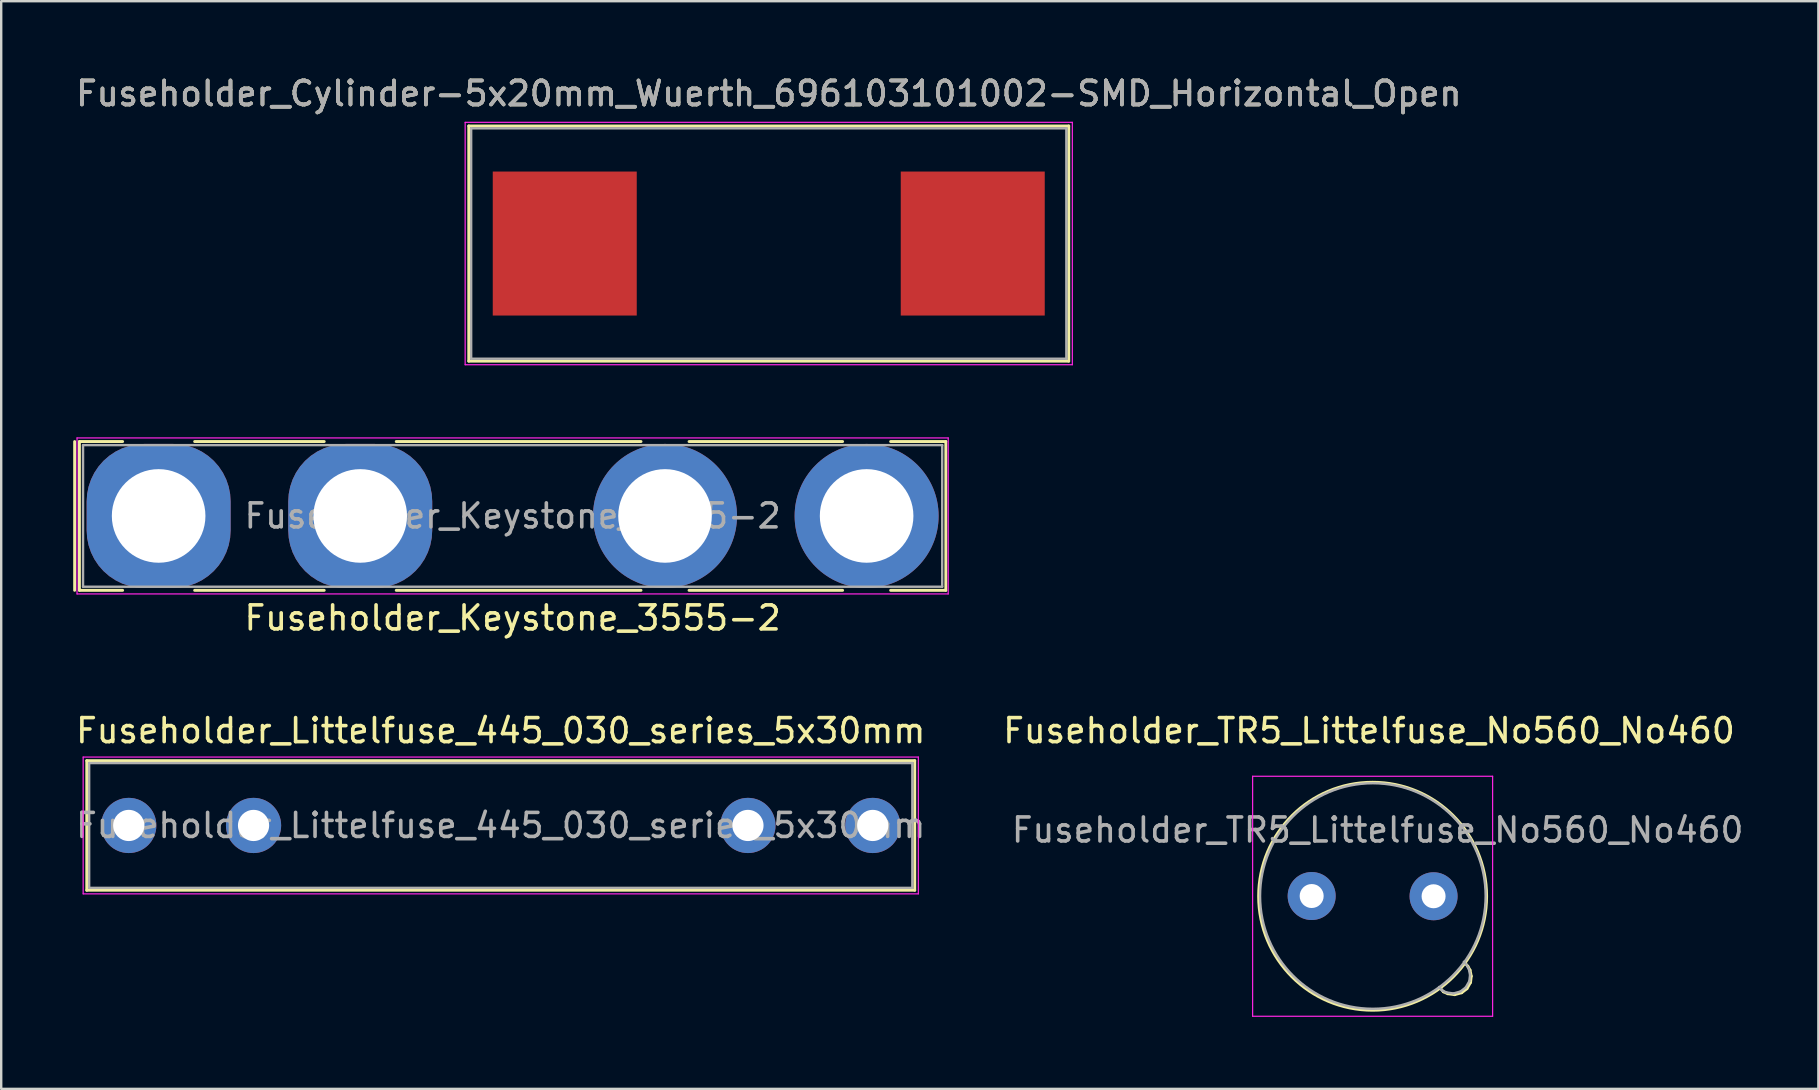
<source format=kicad_pcb>
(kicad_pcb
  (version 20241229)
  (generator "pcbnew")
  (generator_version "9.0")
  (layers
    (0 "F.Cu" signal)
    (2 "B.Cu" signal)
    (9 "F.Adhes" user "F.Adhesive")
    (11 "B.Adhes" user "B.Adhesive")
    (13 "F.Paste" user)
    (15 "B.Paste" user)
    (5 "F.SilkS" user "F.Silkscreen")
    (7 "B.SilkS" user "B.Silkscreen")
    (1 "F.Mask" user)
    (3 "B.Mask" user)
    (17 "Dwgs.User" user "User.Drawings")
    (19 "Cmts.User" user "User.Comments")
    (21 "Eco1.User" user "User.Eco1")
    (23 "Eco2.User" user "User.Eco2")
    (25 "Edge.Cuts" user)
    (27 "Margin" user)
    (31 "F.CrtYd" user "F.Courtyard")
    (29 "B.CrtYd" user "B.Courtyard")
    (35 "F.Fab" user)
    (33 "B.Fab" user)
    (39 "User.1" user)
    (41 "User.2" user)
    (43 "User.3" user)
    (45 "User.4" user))
  (footprint "Fuseholder_Keystone_3555-2"
    (layer "F.Cu")
    (at 3.56 18.448)
    (property "Reference" "Fuseholder_Keystone_3555-2" (at 14.75 4.25 0) (layer "F.SilkS") (effects (font (size 1 1) (thickness 0.15))))
    (attr through_hole)
    (fp_line (start -3.5 -3.1) (end -3.5 3.1) (stroke (width 0.12) (type solid)) (layer "F.SilkS"))
    (fp_line (start -3.3 -3.1) (end -1.5 -3.1) (stroke (width 0.12) (type solid)) (layer "F.SilkS"))
    (fp_line (start -3.3 3.1) (end -3.3 -3.1) (stroke (width 0.12) (type solid)) (layer "F.SilkS"))
    (fp_line (start -3.3 3.1) (end -1.5 3.1) (stroke (width 0.12) (type solid)) (layer "F.SilkS"))
    (fp_line (start 1.5 -3.1) (end 6.9 -3.1) (stroke (width 0.12) (type solid)) (layer "F.SilkS"))
    (fp_line (start 1.5 3.1) (end 6.9 3.1) (stroke (width 0.12) (type solid)) (layer "F.SilkS"))
    (fp_line (start 9.9 -3.1) (end 20.1 -3.1) (stroke (width 0.12) (type solid)) (layer "F.SilkS"))
    (fp_line (start 9.9 3.1) (end 20.1 3.1) (stroke (width 0.12) (type solid)) (layer "F.SilkS"))
    (fp_line (start 22.1 -3.1) (end 28.5 -3.1) (stroke (width 0.12) (type solid)) (layer "F.SilkS"))
    (fp_line (start 22.1 3.1) (end 28.5 3.1) (stroke (width 0.12) (type solid)) (layer "F.SilkS"))
    (fp_line (start 30.5 -3.1) (end 32.8 -3.1) (stroke (width 0.12) (type solid)) (layer "F.SilkS"))
    (fp_line (start 30.5 3.1) (end 32.8 3.1) (stroke (width 0.12) (type solid)) (layer "F.SilkS"))
    (fp_line (start 32.8 -3.1) (end 32.8 3.1) (stroke (width 0.12) (type solid)) (layer "F.SilkS"))
    (fp_line (start -3.4 -3.25) (end 32.9 -3.25) (stroke (width 0.05) (type solid)) (layer "F.CrtYd"))
    (fp_line (start -3.4 3.25) (end -3.4 -3.25) (stroke (width 0.05) (type solid)) (layer "F.CrtYd"))
    (fp_line (start 32.9 -3.25) (end 32.9 3.25) (stroke (width 0.05) (type solid)) (layer "F.CrtYd"))
    (fp_line (start 32.9 3.25) (end -3.4 3.25) (stroke (width 0.05) (type solid)) (layer "F.CrtYd"))
    (fp_line (start -3.15 -2.95) (end 32.65 -2.95) (stroke (width 0.1) (type solid)) (layer "F.Fab"))
    (fp_line (start -3.15 2.95) (end -3.15 -2.95) (stroke (width 0.1) (type solid)) (layer "F.Fab"))
    (fp_line (start 32.65 -2.95) (end 32.65 2.95) (stroke (width 0.1) (type solid)) (layer "F.Fab"))
    (fp_line (start 32.65 2.95) (end -3.15 2.95) (stroke (width 0.1) (type solid)) (layer "F.Fab"))
    (fp_text user "${REFERENCE}" (at 14.75 0 0) (layer "F.Fab") (effects (font (size 1 1) (thickness 0.15))))
    (pad "1" thru_hole roundrect (at 0 0 90) (size 6 6) (drill 3.9) (layers "*.Cu" "*.Mask") (roundrect_rratio 0.4))
    (pad "1" thru_hole roundrect (at 8.4 0) (size 6 6) (drill 3.9) (layers "*.Cu" "*.Mask") (roundrect_rratio 0.4))
    (pad "2" thru_hole circle (at 21.1 0) (size 6 6) (drill 3.9) (layers "*.Cu" "*.Mask"))
    (pad "2" thru_hole circle (at 29.5 0) (size 6 6) (drill 3.9) (layers "*.Cu" "*.Mask")))
  (footprint "Fuseholder_Cylinder-5x20mm_Wuerth_696103101002-SMD_Horizontal_Open"
    (layer "F.Cu")
    (at 28.982 7.098)
    (property "Reference" "Fuseholder_Cylinder-5x20mm_Wuerth_696103101002-SMD_Horizontal_Open" (at 0 -6.25 0) (layer "F.SilkS") (effects (font (size 1 1) (thickness 0.15))))
    (attr smd)
    (fp_line (start -12.5 -4.9) (end 12.5 -4.9) (stroke (width 0.12) (type solid)) (layer "F.SilkS"))
    (fp_line (start -12.5 4.9) (end -12.5 -4.9) (stroke (width 0.12) (type solid)) (layer "F.SilkS"))
    (fp_line (start 12.5 -4.9) (end 12.5 4.9) (stroke (width 0.12) (type solid)) (layer "F.SilkS"))
    (fp_line (start 12.5 4.9) (end -12.5 4.9) (stroke (width 0.12) (type solid)) (layer "F.SilkS"))
    (fp_line (start -12.65 -5.05) (end 12.65 -5.05) (stroke (width 0.05) (type solid)) (layer "F.CrtYd"))
    (fp_line (start -12.65 5.05) (end -12.65 -5.05) (stroke (width 0.05) (type solid)) (layer "F.CrtYd"))
    (fp_line (start 12.65 -5.05) (end 12.65 5.05) (stroke (width 0.05) (type solid)) (layer "F.CrtYd"))
    (fp_line (start 12.65 5.05) (end -12.65 5.05) (stroke (width 0.05) (type solid)) (layer "F.CrtYd"))
    (fp_line (start -12.4 -4.8) (end -12.4 4.8) (stroke (width 0.1) (type solid)) (layer "F.Fab"))
    (fp_line (start -12.4 -4.8) (end 12.4 -4.8) (stroke (width 0.1) (type solid)) (layer "F.Fab"))
    (fp_line (start 12.4 -4.8) (end 12.4 4.8) (stroke (width 0.1) (type solid)) (layer "F.Fab"))
    (fp_line (start 12.4 4.8) (end -12.4 4.8) (stroke (width 0.1) (type solid)) (layer "F.Fab"))
    (fp_text user "${REFERENCE}" (at 0 -6.25 0) (layer "F.Fab") (effects (font (size 1 1) (thickness 0.15))))
    (fp_text user "${REFERENCE}" (at 0 -6.25 0) (layer "F.Fab") (effects (font (size 1 1) (thickness 0.15))))
    (pad "1" smd rect (at -8.5 0) (size 6 6) (layers "F.Cu" "F.Mask" "F.Paste"))
    (pad "2" smd rect (at 8.5 0) (size 6 6) (layers "F.Cu" "F.Mask" "F.Paste")))
  (footprint "Fuseholder_Littelfuse_445_030_series_5x30mm"
    (layer "F.Cu")
    (at 2.315 31.345)
    (property "Reference" "Fuseholder_Littelfuse_445_030_series_5x30mm" (at 15.5 -3.95 0) (unlocked yes) (layer "F.SilkS") (effects (font (size 1 1) (thickness 0.15))))
    (attr through_hole)
    (fp_line (start -1.75 -2.7) (end 32.75 -2.7) (stroke (width 0.12) (type solid)) (layer "F.SilkS"))
    (fp_line (start -1.75 2.7) (end -1.75 -2.7) (stroke (width 0.12) (type solid)) (layer "F.SilkS"))
    (fp_line (start 32.75 -2.7) (end 32.75 2.7) (stroke (width 0.12) (type solid)) (layer "F.SilkS"))
    (fp_line (start 32.75 2.7) (end -1.75 2.7) (stroke (width 0.12) (type solid)) (layer "F.SilkS"))
    (fp_line (start -1.9 -2.85) (end 32.9 -2.85) (stroke (width 0.05) (type solid)) (layer "F.CrtYd"))
    (fp_line (start -1.9 2.85) (end -1.9 -2.85) (stroke (width 0.05) (type solid)) (layer "F.CrtYd"))
    (fp_line (start 32.9 -2.85) (end 32.9 2.85) (stroke (width 0.05) (type solid)) (layer "F.CrtYd"))
    (fp_line (start 32.9 2.85) (end -1.9 2.85) (stroke (width 0.05) (type solid)) (layer "F.CrtYd"))
    (fp_line (start -1.65 -2.6) (end 32.65 -2.6) (stroke (width 0.1) (type solid)) (layer "F.Fab"))
    (fp_line (start -1.65 2.6) (end -1.65 -2.6) (stroke (width 0.1) (type solid)) (layer "F.Fab"))
    (fp_line (start 32.65 -2.6) (end 32.65 2.6) (stroke (width 0.1) (type solid)) (layer "F.Fab"))
    (fp_line (start 32.65 2.6) (end -1.65 2.6) (stroke (width 0.1) (type solid)) (layer "F.Fab"))
    (fp_text user "${REFERENCE}" (at 15.5 0 0) (unlocked yes) (layer "F.Fab") (effects (font (size 1 1) (thickness 0.15))))
    (pad "1" thru_hole circle (at 0 0) (size 2.3 2.3) (drill 1.3) (layers "*.Cu" "*.Mask"))
    (pad "1" thru_hole circle (at 5.2 0) (size 2.3 2.3) (drill 1.3) (layers "*.Cu" "*.Mask"))
    (pad "2" thru_hole circle (at 25.8 0) (size 2.3 2.3) (drill 1.3) (layers "*.Cu" "*.Mask"))
    (pad "2" thru_hole circle (at 31 0) (size 2.3 2.3) (drill 1.3) (layers "*.Cu" "*.Mask")))
  (footprint "Fuseholder_TR5_Littelfuse_No560_No460"
    (layer "F.Cu")
    (at 51.604 34.285)
    (property "Reference" "Fuseholder_TR5_Littelfuse_No560_No460" (at 2.39 -6.89 0) (layer "F.SilkS") (effects (font (size 1 1) (thickness 0.15))))
    (attr through_hole)
    (fp_line (start 5.49 3.99) (end 5.36 3.84) (stroke (width 0.12) (type solid)) (layer "F.SilkS"))
    (fp_line (start 5.67 4.07) (end 5.49 3.99) (stroke (width 0.12) (type solid)) (layer "F.SilkS"))
    (fp_line (start 5.96 4.11) (end 5.67 4.07) (stroke (width 0.12) (type solid)) (layer "F.SilkS"))
    (fp_line (start 6.25 4.03) (end 5.96 4.11) (stroke (width 0.12) (type solid)) (layer "F.SilkS"))
    (fp_line (start 6.39 2.79) (end 6.51 2.93) (stroke (width 0.12) (type solid)) (layer "F.SilkS"))
    (fp_line (start 6.47 3.86) (end 6.25 4.03) (stroke (width 0.12) (type solid)) (layer "F.SilkS"))
    (fp_line (start 6.51 2.93) (end 6.6 3.09) (stroke (width 0.12) (type solid)) (layer "F.SilkS"))
    (fp_line (start 6.6 3.09) (end 6.65 3.34) (stroke (width 0.12) (type solid)) (layer "F.SilkS"))
    (fp_line (start 6.62 3.6) (end 6.47 3.86) (stroke (width 0.12) (type solid)) (layer "F.SilkS"))
    (fp_line (start 6.65 3.34) (end 6.62 3.6) (stroke (width 0.12) (type solid)) (layer "F.SilkS"))
    (fp_circle (center 2.54 0.01) (end 7.29 0.01) (stroke (width 0.12) (type solid)) (fill no) (layer "F.SilkS"))
    (fp_line (start -2.46 -4.99) (end -2.46 5.01) (stroke (width 0.05) (type solid)) (layer "F.CrtYd"))
    (fp_line (start -2.46 -4.99) (end 7.54 -4.99) (stroke (width 0.05) (type solid)) (layer "F.CrtYd"))
    (fp_line (start 7.54 5.01) (end -2.46 5.01) (stroke (width 0.05) (type solid)) (layer "F.CrtYd"))
    (fp_line (start 7.54 5.01) (end 7.54 -4.99) (stroke (width 0.05) (type solid)) (layer "F.CrtYd"))
    (fp_line (start 5.44 3.94) (end 5.31 3.79) (stroke (width 0.1) (type solid)) (layer "F.Fab"))
    (fp_line (start 5.62 4.02) (end 5.44 3.94) (stroke (width 0.1) (type solid)) (layer "F.Fab"))
    (fp_line (start 5.91 4.06) (end 5.62 4.02) (stroke (width 0.1) (type solid)) (layer "F.Fab"))
    (fp_line (start 6.2 3.98) (end 5.91 4.06) (stroke (width 0.1) (type solid)) (layer "F.Fab"))
    (fp_line (start 6.34 2.74) (end 6.46 2.88) (stroke (width 0.1) (type solid)) (layer "F.Fab"))
    (fp_line (start 6.42 3.81) (end 6.2 3.98) (stroke (width 0.1) (type solid)) (layer "F.Fab"))
    (fp_line (start 6.46 2.88) (end 6.55 3.04) (stroke (width 0.1) (type solid)) (layer "F.Fab"))
    (fp_line (start 6.55 3.04) (end 6.6 3.29) (stroke (width 0.1) (type solid)) (layer "F.Fab"))
    (fp_line (start 6.57 3.55) (end 6.42 3.81) (stroke (width 0.1) (type solid)) (layer "F.Fab"))
    (fp_line (start 6.6 3.29) (end 6.57 3.55) (stroke (width 0.1) (type solid)) (layer "F.Fab"))
    (fp_circle (center 2.55 0) (end 7.25 0) (stroke (width 0.1) (type solid)) (fill no) (layer "F.Fab"))
    (fp_text user "${REFERENCE}" (at 2.75 -2.75 0) (layer "F.Fab") (effects (font (size 1 1) (thickness 0.15))))
    (pad "1" thru_hole circle (at 0 0) (size 2 2) (drill 1) (layers "*.Cu" "*.Mask"))
    (pad "2" thru_hole circle (at 5.08 0.01) (size 2 2) (drill 1) (layers "*.Cu" "*.Mask")))
  (gr_rect
    (start -3 -3)
    (end 72.717 42.32)
    (stroke (width 0.1) (type default))
    (fill no)
    (layer "Edge.Cuts")))
</source>
